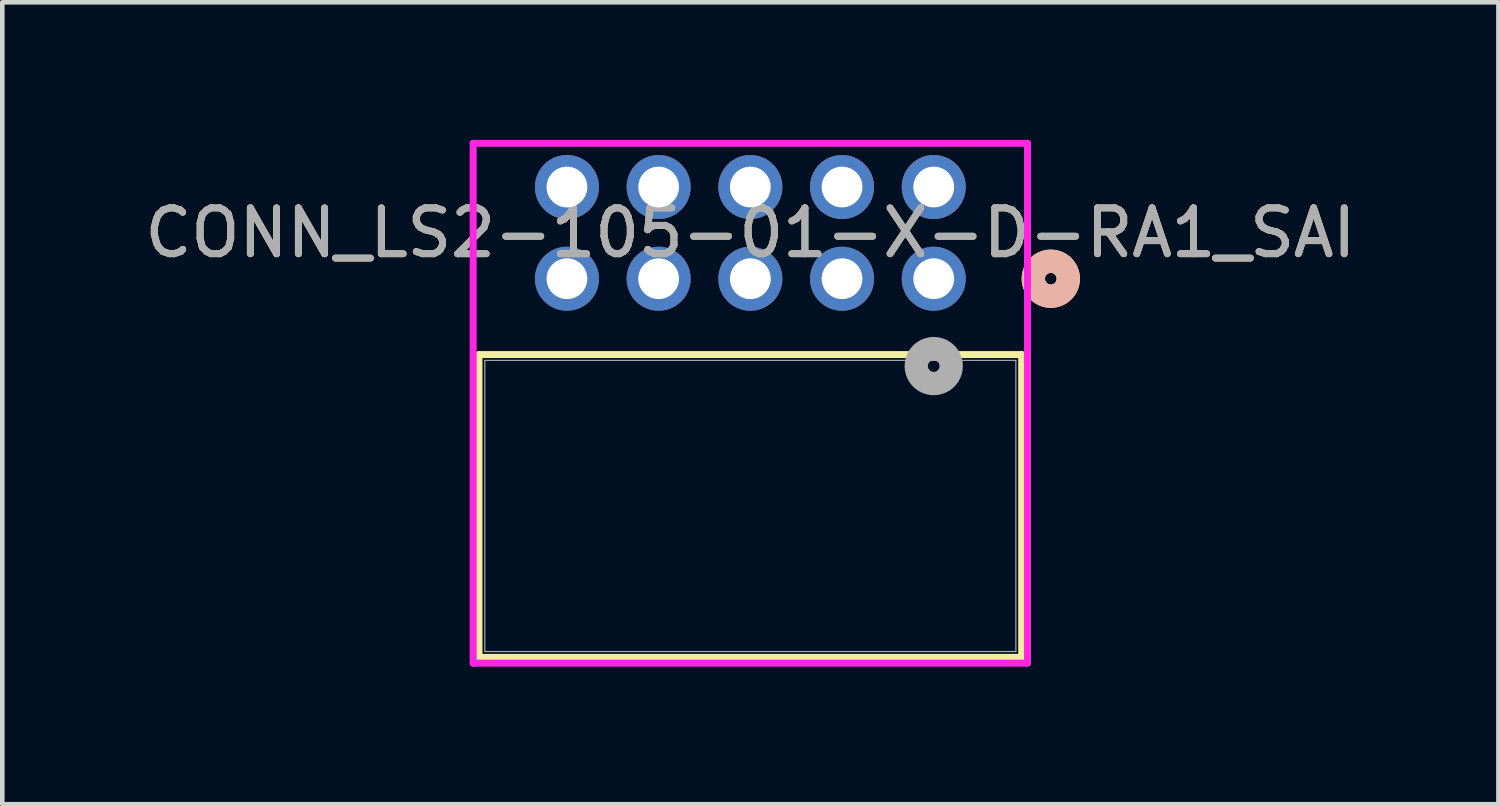
<source format=kicad_pcb>
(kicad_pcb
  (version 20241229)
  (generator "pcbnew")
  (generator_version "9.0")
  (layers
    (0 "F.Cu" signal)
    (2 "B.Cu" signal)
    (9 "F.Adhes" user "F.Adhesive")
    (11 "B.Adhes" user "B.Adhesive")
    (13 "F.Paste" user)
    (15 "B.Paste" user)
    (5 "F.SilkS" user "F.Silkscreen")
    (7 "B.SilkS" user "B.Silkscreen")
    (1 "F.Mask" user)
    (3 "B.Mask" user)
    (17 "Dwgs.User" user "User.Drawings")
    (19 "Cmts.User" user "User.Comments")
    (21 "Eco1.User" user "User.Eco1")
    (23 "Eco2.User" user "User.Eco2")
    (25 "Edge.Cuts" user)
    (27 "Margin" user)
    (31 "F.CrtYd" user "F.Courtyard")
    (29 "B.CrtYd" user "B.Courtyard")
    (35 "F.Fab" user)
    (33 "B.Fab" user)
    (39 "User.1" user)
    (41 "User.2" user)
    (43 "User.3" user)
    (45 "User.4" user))
  (footprint "CONN_LS2-105-01-X-D-RA1_SAI"
    (layer "F.Cu")
    (at 17.315 3.029)
    (property "Reference" "CONN_LS2-105-01-X-D-RA1_SAI" (at -4 -1 0) (unlocked yes) (layer "F.SilkS") (effects (font (size 1 1) (thickness 0.15))))
    (attr through_hole)
    (fp_line (start -9.918 1.654) (end -9.918 8.258) (stroke (width 0.152) (type solid)) (layer "F.SilkS"))
    (fp_line (start -9.918 8.258) (end 1.918 8.258) (stroke (width 0.152) (type solid)) (layer "F.SilkS"))
    (fp_line (start 1.918 1.654) (end -9.918 1.654) (stroke (width 0.152) (type solid)) (layer "F.SilkS"))
    (fp_line (start 1.918 8.258) (end 1.918 1.654) (stroke (width 0.152) (type solid)) (layer "F.SilkS"))
    (fp_circle (center 2.553 0) (end 2.934 0) (stroke (width 0.508) (type solid)) (fill no) (layer "F.SilkS"))
    (fp_circle (center 2.553 0) (end 2.934 0) (stroke (width 0.508) (type solid)) (fill no) (layer "B.SilkS"))
    (fp_line (start -10.045 -2.953) (end -10.045 8.385) (stroke (width 0.152) (type solid)) (layer "F.CrtYd"))
    (fp_line (start -10.045 8.385) (end 2.045 8.385) (stroke (width 0.152) (type solid)) (layer "F.CrtYd"))
    (fp_line (start 2.045 -2.953) (end -10.045 -2.953) (stroke (width 0.152) (type solid)) (layer "F.CrtYd"))
    (fp_line (start 2.045 8.385) (end 2.045 -2.953) (stroke (width 0.152) (type solid)) (layer "F.CrtYd"))
    (fp_line (start -9.791 1.781) (end -9.791 8.131) (stroke (width 0.025) (type solid)) (layer "F.Fab"))
    (fp_line (start -9.791 8.131) (end 1.791 8.131) (stroke (width 0.025) (type solid)) (layer "F.Fab"))
    (fp_line (start 1.791 1.781) (end -9.791 1.781) (stroke (width 0.025) (type solid)) (layer "F.Fab"))
    (fp_line (start 1.791 8.131) (end 1.791 1.781) (stroke (width 0.025) (type solid)) (layer "F.Fab"))
    (fp_circle (center 0 1.905) (end 0.381 1.905) (stroke (width 0.508) (type solid)) (fill no) (layer "F.Fab"))
    (fp_text user "${REFERENCE}" (at -4 -1 0) (unlocked yes) (layer "F.Fab") (effects (font (size 1 1) (thickness 0.15))))
    (pad "1" thru_hole circle (at 0 0.000001) (size 1.397 1.397) (drill 0.889) (layers "*.Cu" "*.Mask"))
    (pad "2" thru_hole circle (at 0 -2) (size 1.397 1.397) (drill 0.889) (layers "*.Cu" "*.Mask"))
    (pad "3" thru_hole circle (at -2 0.000001) (size 1.397 1.397) (drill 0.889) (layers "*.Cu" "*.Mask"))
    (pad "4" thru_hole circle (at -2 -2) (size 1.397 1.397) (drill 0.889) (layers "*.Cu" "*.Mask"))
    (pad "5" thru_hole circle (at -4 0.000001) (size 1.397 1.397) (drill 0.889) (layers "*.Cu" "*.Mask"))
    (pad "6" thru_hole circle (at -4 -2) (size 1.397 1.397) (drill 0.889) (layers "*.Cu" "*.Mask"))
    (pad "7" thru_hole circle (at -6 0.000001) (size 1.397 1.397) (drill 0.889) (layers "*.Cu" "*.Mask"))
    (pad "8" thru_hole circle (at -6 -2) (size 1.397 1.397) (drill 0.889) (layers "*.Cu" "*.Mask"))
    (pad "9" thru_hole circle (at -8 0.000001) (size 1.397 1.397) (drill 0.889) (layers "*.Cu" "*.Mask"))
    (pad "10" thru_hole circle (at -8 -2) (size 1.397 1.397) (drill 0.889) (layers "*.Cu" "*.Mask")))
  (gr_rect
    (start -3 -3)
    (end 29.631 14.49)
    (stroke (width 0.1) (type default))
    (fill no)
    (layer "Edge.Cuts")))
</source>
